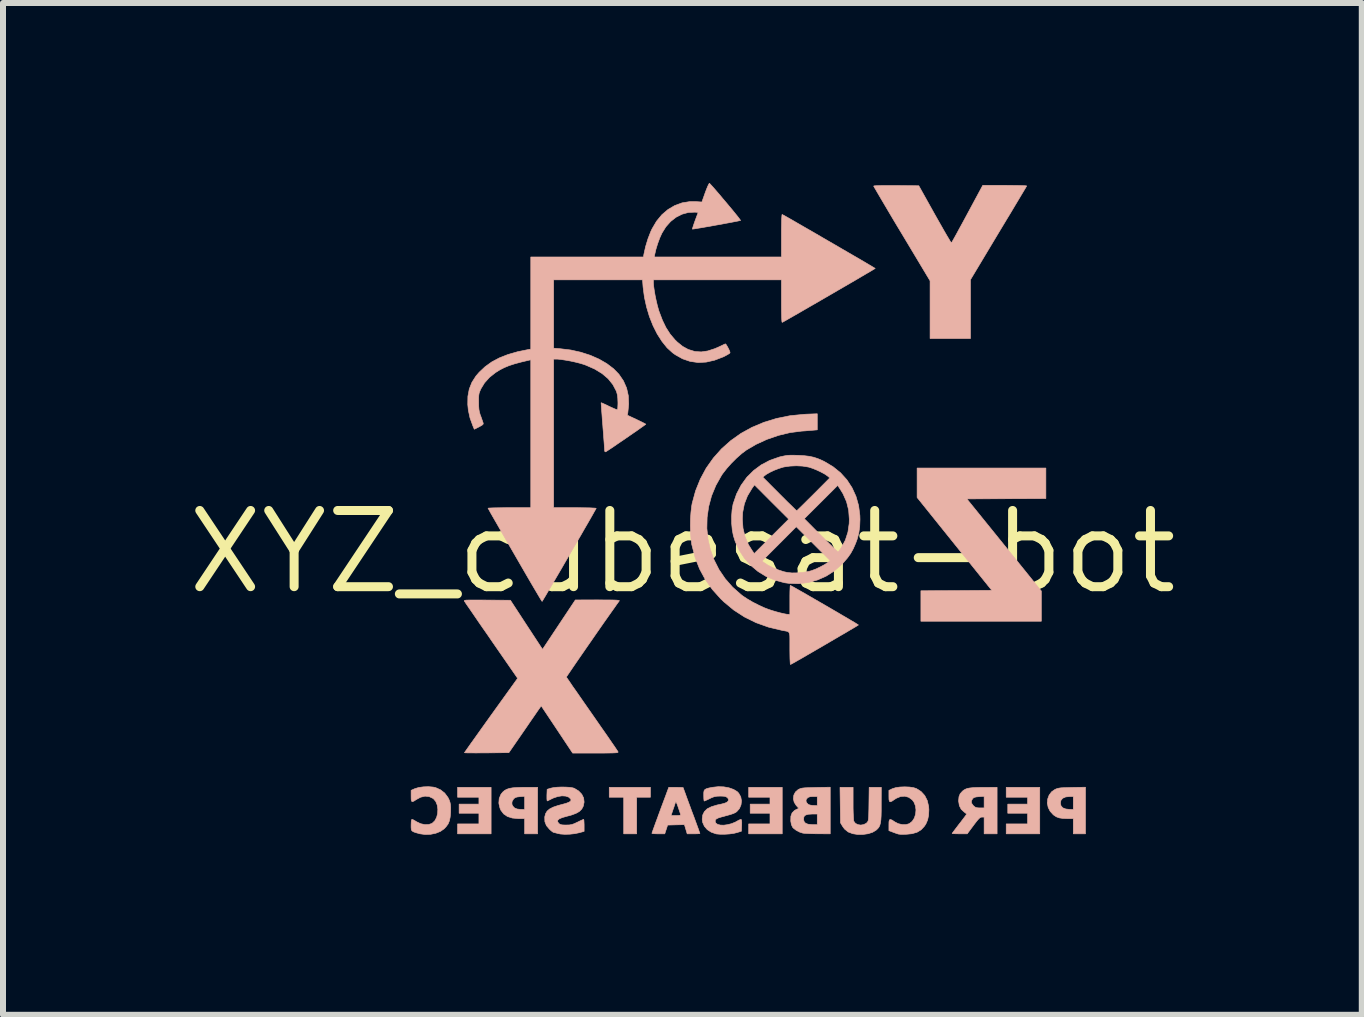
<source format=kicad_pcb>
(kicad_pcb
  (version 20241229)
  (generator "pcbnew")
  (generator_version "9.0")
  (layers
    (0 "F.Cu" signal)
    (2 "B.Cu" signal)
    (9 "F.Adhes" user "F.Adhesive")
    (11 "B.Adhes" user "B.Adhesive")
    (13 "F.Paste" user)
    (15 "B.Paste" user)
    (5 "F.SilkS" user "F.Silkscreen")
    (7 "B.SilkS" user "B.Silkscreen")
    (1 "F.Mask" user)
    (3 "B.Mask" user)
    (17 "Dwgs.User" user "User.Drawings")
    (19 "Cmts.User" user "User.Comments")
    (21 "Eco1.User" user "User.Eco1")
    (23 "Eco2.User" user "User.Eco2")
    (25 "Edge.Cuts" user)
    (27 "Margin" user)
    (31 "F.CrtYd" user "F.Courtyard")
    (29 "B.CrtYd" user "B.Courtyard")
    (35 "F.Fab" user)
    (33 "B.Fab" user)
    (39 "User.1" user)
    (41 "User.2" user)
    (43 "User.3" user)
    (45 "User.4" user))
  (footprint "XYZ_cubesat-bot"
    (layer "F.Cu")
    (at 8.323 6.148)
    (property "Reference" "XYZ_cubesat-bot" (at 0 0 0) (layer "F.SilkS") (effects (font (size 1.27 1.27) (thickness 0.15))))
    (attr through_hole)
    (fp_poly (pts (xy -0.533 4.089) (xy -0.762 4.089) (xy -0.762 4.699) (xy -0.978 4.699) (xy -0.978 4.089) (xy -1.219 4.089) (xy -1.219 3.924) (xy -0.533 3.924) (xy -0.533 4.089)) (stroke (width 0.01) (type solid)) (fill yes) (layer "B.SilkS"))
    (fp_poly (pts (xy -3.188 4.699) (xy -3.747 4.699) (xy -3.747 4.534) (xy -3.391 4.534) (xy -3.391 4.356) (xy -3.721 4.356) (xy -3.721 4.204) (xy -3.391 4.204) (xy -3.391 4.089) (xy -3.747 4.089) (xy -3.747 3.924) (xy -3.188 3.924) (xy -3.188 4.699)) (stroke (width 0.01) (type solid)) (fill yes) (layer "B.SilkS"))
    (fp_poly (pts (xy 1.664 4.699) (xy 1.105 4.699) (xy 1.105 4.534) (xy 1.46 4.534) (xy 1.46 4.356) (xy 1.13 4.356) (xy 1.13 4.204) (xy 1.46 4.204) (xy 1.46 4.089) (xy 1.105 4.089) (xy 1.105 3.924) (xy 1.664 3.924) (xy 1.664 4.699)) (stroke (width 0.01) (type solid)) (fill yes) (layer "B.SilkS"))
    (fp_poly (pts (xy 5.956 4.699) (xy 5.397 4.699) (xy 5.397 4.534) (xy 5.753 4.534) (xy 5.753 4.356) (xy 5.423 4.356) (xy 5.423 4.204) (xy 5.753 4.204) (xy 5.753 4.089) (xy 5.397 4.089) (xy 5.397 3.924) (xy 5.956 3.924) (xy 5.956 4.699)) (stroke (width 0.01) (type solid)) (fill yes) (layer "B.SilkS"))
    (fp_poly (pts (xy 6.058 -0.889) (xy 5.4 -0.886) (xy 4.741 -0.883) (xy 5.362 -0.116) (xy 5.982 0.652) (xy 5.982 1.156) (xy 3.975 1.156) (xy 3.975 0.648) (xy 4.566 0.645) (xy 5.157 0.641) (xy 4.534 -0.133) (xy 3.912 -0.907) (xy 3.912 -1.397) (xy 6.058 -1.397) (xy 6.058 -0.889)) (stroke (width 0.01) (type solid)) (fill yes) (layer "B.SilkS"))
    (fp_poly (pts (xy -2.413 4.699) (xy -2.629 4.699) (xy -2.629 4.445) (xy -2.734 4.445) (xy -2.834 4.436) (xy -2.916 4.41) (xy -2.979 4.367) (xy -3.025 4.306) (xy -3.041 4.268) (xy -3.055 4.207) (xy -2.841 4.207) (xy -2.824 4.24) (xy -2.796 4.269) (xy -2.756 4.285) (xy -2.699 4.292) (xy -2.689 4.292) (xy -2.629 4.293) (xy -2.629 4.074) (xy -2.707 4.079) (xy -2.754 4.085) (xy -2.784 4.094) (xy -2.807 4.111) (xy -2.815 4.12) (xy -2.84 4.164) (xy -2.841 4.207) (xy -3.055 4.207) (xy -3.059 4.186) (xy -3.053 4.11) (xy -3.025 4.042) (xy -2.995 4.004) (xy -2.964 3.977) (xy -2.928 3.957) (xy -2.884 3.942) (xy -2.827 3.932) (xy -2.754 3.927) (xy -2.661 3.924) (xy -2.62 3.924) (xy -2.413 3.924) (xy -2.413 4.699)) (stroke (width 0.01) (type solid)) (fill yes) (layer "B.SilkS"))
    (fp_poly (pts (xy 6.718 4.699) (xy 6.515 4.699) (xy 6.515 4.445) (xy 6.417 4.445) (xy 6.339 4.442) (xy 6.28 4.433) (xy 6.232 4.415) (xy 6.188 4.386) (xy 6.18 4.379) (xy 6.129 4.323) (xy 6.096 4.258) (xy 6.083 4.188) (xy 6.083 4.185) (xy 6.3 4.185) (xy 6.31 4.232) (xy 6.34 4.266) (xy 6.39 4.285) (xy 6.455 4.292) (xy 6.515 4.293) (xy 6.515 4.077) (xy 6.459 4.077) (xy 6.388 4.084) (xy 6.338 4.106) (xy 6.309 4.141) (xy 6.3 4.185) (xy 6.083 4.185) (xy 6.088 4.119) (xy 6.112 4.054) (xy 6.153 3.999) (xy 6.204 3.963) (xy 6.228 3.951) (xy 6.251 3.943) (xy 6.278 3.937) (xy 6.313 3.932) (xy 6.361 3.93) (xy 6.426 3.928) (xy 6.492 3.926) (xy 6.718 3.922) (xy 6.718 4.699)) (stroke (width 0.01) (type solid)) (fill yes) (layer "B.SilkS"))
    (fp_poly (pts (xy 2.845 4.19) (xy 2.845 4.272) (xy 2.847 4.347) (xy 2.85 4.41) (xy 2.853 4.458) (xy 2.856 4.486) (xy 2.857 4.489) (xy 2.883 4.524) (xy 2.923 4.545) (xy 2.972 4.553) (xy 3.021 4.545) (xy 3.065 4.523) (xy 3.075 4.513) (xy 3.085 4.501) (xy 3.093 4.489) (xy 3.098 4.472) (xy 3.102 4.446) (xy 3.105 4.409) (xy 3.106 4.357) (xy 3.108 4.286) (xy 3.109 4.203) (xy 3.113 3.924) (xy 3.315 3.924) (xy 3.314 4.213) (xy 3.314 4.319) (xy 3.312 4.402) (xy 3.308 4.467) (xy 3.301 4.517) (xy 3.291 4.555) (xy 3.277 4.585) (xy 3.258 4.61) (xy 3.233 4.634) (xy 3.227 4.639) (xy 3.17 4.673) (xy 3.096 4.697) (xy 3.012 4.709) (xy 2.924 4.71) (xy 2.84 4.697) (xy 2.763 4.668) (xy 2.703 4.619) (xy 2.67 4.574) (xy 2.635 4.515) (xy 2.631 4.22) (xy 2.627 3.924) (xy 2.845 3.924) (xy 2.845 4.19)) (stroke (width 0.01) (type solid)) (fill yes) (layer "B.SilkS"))
    (fp_poly (pts (xy 3.783 3.919) (xy 3.851 3.929) (xy 3.899 3.944) (xy 3.978 3.994) (xy 4.039 4.061) (xy 4.081 4.144) (xy 4.104 4.241) (xy 4.108 4.299) (xy 4.103 4.392) (xy 4.087 4.468) (xy 4.058 4.535) (xy 4.032 4.574) (xy 3.978 4.632) (xy 3.91 4.673) (xy 3.826 4.697) (xy 3.737 4.706) (xy 3.683 4.707) (xy 3.637 4.707) (xy 3.606 4.704) (xy 3.6 4.703) (xy 3.574 4.695) (xy 3.535 4.681) (xy 3.508 4.671) (xy 3.442 4.646) (xy 3.442 4.552) (xy 3.443 4.498) (xy 3.45 4.468) (xy 3.465 4.459) (xy 3.493 4.469) (xy 3.536 4.497) (xy 3.536 4.498) (xy 3.596 4.529) (xy 3.663 4.545) (xy 3.728 4.545) (xy 3.782 4.529) (xy 3.83 4.491) (xy 3.866 4.436) (xy 3.887 4.37) (xy 3.893 4.3) (xy 3.884 4.232) (xy 3.859 4.17) (xy 3.83 4.132) (xy 3.772 4.09) (xy 3.707 4.072) (xy 3.637 4.077) (xy 3.566 4.106) (xy 3.533 4.127) (xy 3.492 4.155) (xy 3.465 4.165) (xy 3.45 4.156) (xy 3.443 4.125) (xy 3.442 4.071) (xy 3.442 3.974) (xy 3.502 3.946) (xy 3.557 3.929) (xy 3.627 3.919) (xy 3.705 3.916) (xy 3.783 3.919)) (stroke (width 0.01) (type solid)) (fill yes) (layer "B.SilkS"))
    (fp_poly (pts (xy 5.468 -6.108) (xy 5.552 -6.107) (xy 5.625 -6.106) (xy 5.682 -6.104) (xy 5.72 -6.102) (xy 5.738 -6.099) (xy 5.738 -6.099) (xy 5.731 -6.087) (xy 5.712 -6.054) (xy 5.682 -6.004) (xy 5.642 -5.937) (xy 5.593 -5.855) (xy 5.536 -5.76) (xy 5.473 -5.654) (xy 5.403 -5.539) (xy 5.329 -5.416) (xy 5.267 -5.313) (xy 4.801 -4.536) (xy 4.801 -3.556) (xy 4.128 -3.556) (xy 4.128 -4.518) (xy 3.658 -5.302) (xy 3.58 -5.431) (xy 3.507 -5.553) (xy 3.439 -5.668) (xy 3.377 -5.773) (xy 3.322 -5.866) (xy 3.275 -5.946) (xy 3.237 -6.011) (xy 3.209 -6.059) (xy 3.192 -6.088) (xy 3.188 -6.097) (xy 3.2 -6.101) (xy 3.235 -6.103) (xy 3.291 -6.105) (xy 3.365 -6.106) (xy 3.455 -6.106) (xy 3.558 -6.106) (xy 3.564 -6.106) (xy 3.94 -6.102) (xy 4.207 -5.624) (xy 4.264 -5.523) (xy 4.317 -5.43) (xy 4.364 -5.347) (xy 4.406 -5.275) (xy 4.44 -5.218) (xy 4.465 -5.176) (xy 4.48 -5.154) (xy 4.484 -5.15) (xy 4.491 -5.162) (xy 4.51 -5.194) (xy 4.538 -5.244) (xy 4.574 -5.309) (xy 4.616 -5.387) (xy 4.665 -5.476) (xy 4.718 -5.574) (xy 4.749 -5.632) (xy 5.006 -6.109) (xy 5.374 -6.109) (xy 5.468 -6.108)) (stroke (width 0.01) (type solid)) (fill yes) (layer "B.SilkS"))
    (fp_poly (pts (xy -4.152 3.92) (xy -4.11 3.93) (xy -4.03 3.966) (xy -3.96 4.022) (xy -3.907 4.093) (xy -3.885 4.138) (xy -3.872 4.178) (xy -3.865 4.216) (xy -3.862 4.261) (xy -3.863 4.321) (xy -3.863 4.337) (xy -3.87 4.419) (xy -3.883 4.482) (xy -3.905 4.535) (xy -3.94 4.582) (xy -3.971 4.615) (xy -4.032 4.658) (xy -4.109 4.689) (xy -4.196 4.707) (xy -4.288 4.71) (xy -4.377 4.698) (xy -4.394 4.693) (xy -4.451 4.677) (xy -4.487 4.663) (xy -4.509 4.647) (xy -4.518 4.625) (xy -4.521 4.592) (xy -4.521 4.553) (xy -4.519 4.497) (xy -4.514 4.465) (xy -4.506 4.458) (xy -4.488 4.464) (xy -4.457 4.481) (xy -4.428 4.499) (xy -4.363 4.53) (xy -4.294 4.545) (xy -4.229 4.544) (xy -4.173 4.525) (xy -4.169 4.522) (xy -4.126 4.481) (xy -4.096 4.425) (xy -4.079 4.358) (xy -4.076 4.288) (xy -4.086 4.22) (xy -4.11 4.16) (xy -4.148 4.115) (xy -4.156 4.109) (xy -4.221 4.078) (xy -4.29 4.071) (xy -4.364 4.089) (xy -4.434 4.127) (xy -4.474 4.153) (xy -4.5 4.163) (xy -4.514 4.154) (xy -4.52 4.125) (xy -4.521 4.072) (xy -4.521 3.974) (xy -4.461 3.947) (xy -4.396 3.927) (xy -4.316 3.916) (xy -4.232 3.913) (xy -4.152 3.92)) (stroke (width 0.01) (type solid)) (fill yes) (layer "B.SilkS"))
    (fp_poly (pts (xy 5.245 4.699) (xy 5.029 4.699) (xy 5.029 4.42) (xy 4.992 4.42) (xy 4.976 4.422) (xy 4.959 4.431) (xy 4.938 4.45) (xy 4.91 4.482) (xy 4.873 4.53) (xy 4.851 4.559) (xy 4.747 4.699) (xy 4.621 4.699) (xy 4.568 4.698) (xy 4.527 4.697) (xy 4.501 4.694) (xy 4.496 4.693) (xy 4.503 4.681) (xy 4.524 4.653) (xy 4.555 4.612) (xy 4.593 4.562) (xy 4.616 4.532) (xy 4.658 4.478) (xy 4.693 4.432) (xy 4.72 4.396) (xy 4.735 4.374) (xy 4.737 4.37) (xy 4.727 4.359) (xy 4.704 4.341) (xy 4.698 4.337) (xy 4.647 4.29) (xy 4.616 4.23) (xy 4.604 4.155) (xy 4.604 4.151) (xy 4.816 4.151) (xy 4.819 4.187) (xy 4.846 4.226) (xy 4.85 4.23) (xy 4.876 4.252) (xy 4.903 4.263) (xy 4.941 4.267) (xy 4.958 4.267) (xy 5.029 4.267) (xy 5.029 4.074) (xy 4.945 4.079) (xy 4.896 4.084) (xy 4.865 4.092) (xy 4.844 4.106) (xy 4.837 4.114) (xy 4.816 4.151) (xy 4.604 4.151) (xy 4.604 4.144) (xy 4.61 4.08) (xy 4.63 4.03) (xy 4.669 3.987) (xy 4.688 3.972) (xy 4.715 3.956) (xy 4.747 3.943) (xy 4.79 3.935) (xy 4.846 3.929) (xy 4.919 3.926) (xy 5.014 3.925) (xy 5.032 3.925) (xy 5.245 3.924) (xy 5.245 4.699)) (stroke (width 0.01) (type solid)) (fill yes) (layer "B.SilkS"))
    (fp_poly (pts (xy -0.055 3.925) (xy -0.015 3.926) (xy 0.009 3.928) (xy 0.013 3.929) (xy 0.017 3.941) (xy 0.029 3.975) (xy 0.048 4.026) (xy 0.072 4.093) (xy 0.101 4.172) (xy 0.134 4.261) (xy 0.152 4.311) (xy 0.187 4.403) (xy 0.218 4.487) (xy 0.245 4.561) (xy 0.267 4.621) (xy 0.282 4.665) (xy 0.291 4.689) (xy 0.292 4.693) (xy 0.28 4.696) (xy 0.249 4.698) (xy 0.204 4.699) (xy 0.186 4.699) (xy 0.08 4.699) (xy 0.057 4.622) (xy 0.034 4.546) (xy -0.106 4.549) (xy -0.246 4.553) (xy -0.294 4.699) (xy -0.401 4.699) (xy -0.45 4.698) (xy -0.487 4.696) (xy -0.506 4.692) (xy -0.508 4.691) (xy -0.504 4.677) (xy -0.492 4.643) (xy -0.473 4.591) (xy -0.449 4.524) (xy -0.42 4.446) (xy -0.401 4.394) (xy -0.189 4.394) (xy -0.106 4.394) (xy -0.059 4.393) (xy -0.034 4.388) (xy -0.028 4.38) (xy -0.029 4.378) (xy -0.035 4.36) (xy -0.047 4.323) (xy -0.063 4.276) (xy -0.07 4.255) (xy -0.086 4.209) (xy -0.1 4.178) (xy -0.11 4.164) (xy -0.112 4.166) (xy -0.119 4.186) (xy -0.131 4.223) (xy -0.147 4.271) (xy -0.154 4.289) (xy -0.189 4.394) (xy -0.401 4.394) (xy -0.388 4.358) (xy -0.354 4.265) (xy -0.318 4.169) (xy -0.282 4.073) (xy -0.254 3.997) (xy -0.227 3.924) (xy -0.107 3.924) (xy -0.055 3.925)) (stroke (width 0.01) (type solid)) (fill yes) (layer "B.SilkS"))
    (fp_poly (pts (xy 2.464 4.699) (xy 2.257 4.698) (xy 2.184 4.697) (xy 2.116 4.695) (xy 2.059 4.692) (xy 2.02 4.689) (xy 2.006 4.687) (xy 1.951 4.669) (xy 1.895 4.639) (xy 1.85 4.604) (xy 1.836 4.588) (xy 1.817 4.546) (xy 1.806 4.487) (xy 1.806 4.478) (xy 1.807 4.45) (xy 2.019 4.45) (xy 2.027 4.492) (xy 2.05 4.52) (xy 2.092 4.538) (xy 2.156 4.545) (xy 2.175 4.546) (xy 2.248 4.547) (xy 2.248 4.369) (xy 2.162 4.369) (xy 2.097 4.373) (xy 2.053 4.386) (xy 2.028 4.409) (xy 2.019 4.444) (xy 2.019 4.45) (xy 1.807 4.45) (xy 1.808 4.406) (xy 1.828 4.351) (xy 1.867 4.311) (xy 1.893 4.296) (xy 1.94 4.274) (xy 1.897 4.226) (xy 1.863 4.172) (xy 1.854 4.132) (xy 2.061 4.132) (xy 2.062 4.161) (xy 2.077 4.187) (xy 2.096 4.207) (xy 2.125 4.219) (xy 2.17 4.226) (xy 2.2 4.227) (xy 2.248 4.229) (xy 2.248 4.077) (xy 2.178 4.077) (xy 2.13 4.08) (xy 2.099 4.09) (xy 2.083 4.102) (xy 2.061 4.132) (xy 1.854 4.132) (xy 1.85 4.113) (xy 1.857 4.054) (xy 1.884 4.002) (xy 1.929 3.962) (xy 1.935 3.959) (xy 1.956 3.949) (xy 1.978 3.941) (xy 2.005 3.936) (xy 2.043 3.932) (xy 2.094 3.93) (xy 2.164 3.928) (xy 2.226 3.926) (xy 2.464 3.922) (xy 2.464 4.699)) (stroke (width 0.01) (type solid)) (fill yes) (layer "B.SilkS"))
    (fp_poly (pts (xy -1.946 3.92) (xy -1.881 3.924) (xy -1.829 3.932) (xy -1.802 3.94) (xy -1.73 3.984) (xy -1.677 4.039) (xy -1.646 4.102) (xy -1.638 4.17) (xy -1.652 4.238) (xy -1.677 4.285) (xy -1.716 4.325) (xy -1.772 4.357) (xy -1.847 4.385) (xy -1.924 4.406) (xy -1.999 4.427) (xy -2.05 4.448) (xy -2.076 4.471) (xy -2.08 4.495) (xy -2.062 4.523) (xy -2.056 4.529) (xy -2.035 4.542) (xy -2.006 4.55) (xy -1.962 4.552) (xy -1.937 4.552) (xy -1.885 4.551) (xy -1.844 4.544) (xy -1.803 4.53) (xy -1.75 4.505) (xy -1.749 4.505) (xy -1.705 4.483) (xy -1.669 4.467) (xy -1.649 4.458) (xy -1.646 4.458) (xy -1.642 4.469) (xy -1.64 4.5) (xy -1.638 4.545) (xy -1.638 4.558) (xy -1.638 4.658) (xy -1.718 4.68) (xy -1.793 4.696) (xy -1.876 4.705) (xy -1.96 4.707) (xy -2.033 4.702) (xy -2.076 4.693) (xy -2.114 4.683) (xy -2.142 4.676) (xy -2.15 4.674) (xy -2.164 4.666) (xy -2.19 4.645) (xy -2.216 4.621) (xy -2.266 4.562) (xy -2.292 4.496) (xy -2.294 4.422) (xy -2.293 4.412) (xy -2.279 4.361) (xy -2.254 4.32) (xy -2.213 4.285) (xy -2.155 4.255) (xy -2.076 4.228) (xy -2.01 4.21) (xy -1.939 4.191) (xy -1.89 4.172) (xy -1.863 4.154) (xy -1.856 4.134) (xy -1.862 4.118) (xy -1.895 4.087) (xy -1.945 4.07) (xy -2.007 4.066) (xy -2.077 4.077) (xy -2.148 4.101) (xy -2.168 4.11) (xy -2.208 4.13) (xy -2.238 4.145) (xy -2.251 4.151) (xy -2.256 4.141) (xy -2.258 4.112) (xy -2.258 4.069) (xy -2.258 4.056) (xy -2.254 3.957) (xy -2.197 3.939) (xy -2.15 3.929) (xy -2.088 3.922) (xy -2.017 3.919) (xy -1.946 3.92)) (stroke (width 0.01) (type solid)) (fill yes) (layer "B.SilkS"))
    (fp_poly (pts (xy 0.69 3.916) (xy 0.777 3.932) (xy 0.853 3.959) (xy 0.913 3.995) (xy 0.939 4.022) (xy 0.973 4.083) (xy 0.985 4.15) (xy 0.977 4.217) (xy 0.95 4.279) (xy 0.905 4.33) (xy 0.881 4.346) (xy 0.85 4.36) (xy 0.804 4.376) (xy 0.748 4.392) (xy 0.721 4.399) (xy 0.651 4.418) (xy 0.602 4.433) (xy 0.57 4.448) (xy 0.553 4.463) (xy 0.547 4.481) (xy 0.546 4.489) (xy 0.557 4.52) (xy 0.588 4.542) (xy 0.633 4.553) (xy 0.69 4.555) (xy 0.754 4.546) (xy 0.821 4.529) (xy 0.888 4.501) (xy 0.91 4.488) (xy 0.944 4.47) (xy 0.97 4.459) (xy 0.978 4.458) (xy 0.985 4.47) (xy 0.989 4.506) (xy 0.988 4.556) (xy 0.984 4.655) (xy 0.914 4.677) (xy 0.857 4.691) (xy 0.784 4.701) (xy 0.705 4.706) (xy 0.631 4.706) (xy 0.57 4.701) (xy 0.559 4.699) (xy 0.48 4.671) (xy 0.414 4.628) (xy 0.366 4.572) (xy 0.337 4.506) (xy 0.33 4.454) (xy 0.339 4.385) (xy 0.367 4.328) (xy 0.414 4.282) (xy 0.484 4.247) (xy 0.576 4.219) (xy 0.585 4.217) (xy 0.655 4.202) (xy 0.703 4.189) (xy 0.734 4.177) (xy 0.753 4.164) (xy 0.763 4.151) (xy 0.77 4.128) (xy 0.759 4.107) (xy 0.75 4.097) (xy 0.731 4.083) (xy 0.707 4.074) (xy 0.669 4.071) (xy 0.631 4.07) (xy 0.575 4.072) (xy 0.531 4.08) (xy 0.485 4.097) (xy 0.455 4.112) (xy 0.414 4.132) (xy 0.381 4.146) (xy 0.364 4.153) (xy 0.364 4.153) (xy 0.36 4.141) (xy 0.357 4.11) (xy 0.356 4.067) (xy 0.356 4.059) (xy 0.356 4.014) (xy 0.361 3.982) (xy 0.375 3.961) (xy 0.401 3.947) (xy 0.443 3.935) (xy 0.505 3.923) (xy 0.598 3.913) (xy 0.69 3.916)) (stroke (width 0.01) (type solid)) (fill yes) (layer "B.SilkS"))
    (fp_poly (pts (xy -1.301 0.801) (xy -1.214 0.801) (xy -1.148 0.802) (xy -1.1 0.804) (xy -1.07 0.807) (xy -1.054 0.81) (xy -1.05 0.815) (xy -1.051 0.816) (xy -1.071 0.843) (xy -1.102 0.886) (xy -1.143 0.945) (xy -1.193 1.015) (xy -1.25 1.096) (xy -1.313 1.185) (xy -1.379 1.28) (xy -1.448 1.379) (xy -1.517 1.479) (xy -1.586 1.578) (xy -1.653 1.675) (xy -1.716 1.766) (xy -1.774 1.85) (xy -1.825 1.925) (xy -1.868 1.988) (xy -1.902 2.038) (xy -1.924 2.071) (xy -1.933 2.086) (xy -1.933 2.087) (xy -1.925 2.099) (xy -1.904 2.13) (xy -1.871 2.178) (xy -1.828 2.242) (xy -1.774 2.318) (xy -1.713 2.406) (xy -1.645 2.504) (xy -1.571 2.61) (xy -1.504 2.706) (xy -1.427 2.817) (xy -1.354 2.922) (xy -1.286 3.019) (xy -1.225 3.107) (xy -1.173 3.183) (xy -1.13 3.245) (xy -1.098 3.293) (xy -1.078 3.323) (xy -1.072 3.333) (xy -1.072 3.339) (xy -1.078 3.343) (xy -1.094 3.347) (xy -1.122 3.349) (xy -1.164 3.351) (xy -1.223 3.352) (xy -1.301 3.353) (xy -1.401 3.353) (xy -1.446 3.353) (xy -1.829 3.353) (xy -2.091 2.959) (xy -2.353 2.566) (xy -2.395 2.626) (xy -2.413 2.651) (xy -2.443 2.695) (xy -2.483 2.753) (xy -2.531 2.822) (xy -2.584 2.9) (xy -2.641 2.983) (xy -2.664 3.016) (xy -2.892 3.346) (xy -3.262 3.35) (xy -3.356 3.35) (xy -3.441 3.351) (xy -3.514 3.35) (xy -3.573 3.35) (xy -3.613 3.349) (xy -3.631 3.347) (xy -3.632 3.347) (xy -3.625 3.336) (xy -3.604 3.306) (xy -3.571 3.259) (xy -3.527 3.196) (xy -3.473 3.121) (xy -3.411 3.034) (xy -3.342 2.937) (xy -3.267 2.832) (xy -3.189 2.723) (xy -2.746 2.107) (xy -3.183 1.476) (xy -3.261 1.362) (xy -3.336 1.255) (xy -3.405 1.155) (xy -3.467 1.064) (xy -3.521 0.985) (xy -3.566 0.92) (xy -3.601 0.87) (xy -3.623 0.836) (xy -3.633 0.822) (xy -3.635 0.816) (xy -3.633 0.811) (xy -3.623 0.807) (xy -3.604 0.804) (xy -3.571 0.803) (xy -3.524 0.802) (xy -3.459 0.802) (xy -3.375 0.802) (xy -3.267 0.803) (xy -3.256 0.803) (xy -2.866 0.806) (xy -2.599 1.215) (xy -2.331 1.624) (xy -1.784 0.801) (xy -1.411 0.8) (xy -1.301 0.801)) (stroke (width 0.01) (type solid)) (fill yes) (layer "B.SilkS"))
    (fp_poly (pts (xy 2.248 -2.034) (xy 2.169 -2.027) (xy 2.114 -2.023) (xy 2.049 -2.017) (xy 1.988 -2.013) (xy 1.794 -1.988) (xy 1.599 -1.941) (xy 1.408 -1.875) (xy 1.227 -1.792) (xy 1.067 -1.698) (xy 0.987 -1.638) (xy 0.901 -1.562) (xy 0.815 -1.476) (xy 0.737 -1.388) (xy 0.671 -1.303) (xy 0.653 -1.277) (xy 0.558 -1.108) (xy 0.486 -0.934) (xy 0.438 -0.755) (xy 0.412 -0.574) (xy 0.408 -0.392) (xy 0.426 -0.213) (xy 0.467 -0.037) (xy 0.528 0.133) (xy 0.61 0.295) (xy 0.713 0.447) (xy 0.836 0.587) (xy 0.979 0.713) (xy 1.007 0.735) (xy 1.083 0.785) (xy 1.175 0.839) (xy 1.274 0.889) (xy 1.372 0.934) (xy 1.435 0.958) (xy 1.496 0.978) (xy 1.563 0.998) (xy 1.63 1.016) (xy 1.69 1.03) (xy 1.738 1.039) (xy 1.762 1.041) (xy 1.791 1.041) (xy 1.791 0.8) (xy 1.791 0.725) (xy 1.792 0.659) (xy 1.794 0.607) (xy 1.796 0.572) (xy 1.799 0.559) (xy 1.799 0.559) (xy 1.812 0.565) (xy 1.844 0.582) (xy 1.893 0.61) (xy 1.956 0.646) (xy 2.031 0.688) (xy 2.115 0.737) (xy 2.205 0.789) (xy 2.3 0.844) (xy 2.397 0.9) (xy 2.493 0.956) (xy 2.586 1.01) (xy 2.672 1.061) (xy 2.751 1.107) (xy 2.818 1.147) (xy 2.873 1.179) (xy 2.911 1.203) (xy 2.931 1.216) (xy 2.934 1.218) (xy 2.923 1.225) (xy 2.893 1.244) (xy 2.846 1.272) (xy 2.784 1.308) (xy 2.711 1.352) (xy 2.627 1.4) (xy 2.537 1.453) (xy 2.443 1.508) (xy 2.346 1.565) (xy 2.251 1.62) (xy 2.158 1.674) (xy 2.07 1.725) (xy 1.991 1.771) (xy 1.922 1.81) (xy 1.867 1.842) (xy 1.826 1.864) (xy 1.804 1.876) (xy 1.802 1.877) (xy 1.798 1.867) (xy 1.796 1.834) (xy 1.793 1.783) (xy 1.792 1.718) (xy 1.791 1.641) (xy 1.791 1.608) (xy 1.791 1.517) (xy 1.791 1.449) (xy 1.79 1.399) (xy 1.785 1.365) (xy 1.776 1.343) (xy 1.761 1.329) (xy 1.738 1.322) (xy 1.706 1.316) (xy 1.664 1.309) (xy 1.657 1.307) (xy 1.435 1.254) (xy 1.228 1.18) (xy 1.035 1.085) (xy 0.856 0.969) (xy 0.691 0.832) (xy 0.64 0.783) (xy 0.499 0.626) (xy 0.382 0.461) (xy 0.287 0.285) (xy 0.213 0.096) (xy 0.16 -0.108) (xy 0.156 -0.124) (xy 0.144 -0.212) (xy 0.136 -0.318) (xy 0.133 -0.433) (xy 0.135 -0.551) (xy 0.143 -0.664) (xy 0.155 -0.764) (xy 0.163 -0.809) (xy 0.22 -1.018) (xy 0.299 -1.214) (xy 0.397 -1.396) (xy 0.516 -1.564) (xy 0.652 -1.717) (xy 0.806 -1.854) (xy 0.975 -1.974) (xy 1.16 -2.076) (xy 1.36 -2.16) (xy 1.572 -2.225) (xy 1.796 -2.27) (xy 2.031 -2.293) (xy 2.067 -2.295) (xy 2.248 -2.302) (xy 2.248 -2.034)) (stroke (width 0.01) (type solid)) (fill yes) (layer "B.SilkS"))
    (fp_poly (pts (xy 1.93 -1.609) (xy 2.032 -1.603) (xy 2.115 -1.593) (xy 2.189 -1.577) (xy 2.261 -1.553) (xy 2.339 -1.519) (xy 2.369 -1.504) (xy 2.51 -1.42) (xy 2.635 -1.319) (xy 2.741 -1.202) (xy 2.827 -1.07) (xy 2.893 -0.926) (xy 2.937 -0.771) (xy 2.958 -0.607) (xy 2.96 -0.541) (xy 2.955 -0.42) (xy 2.94 -0.313) (xy 2.912 -0.209) (xy 2.887 -0.142) (xy 2.847 -0.051) (xy 2.804 0.027) (xy 2.752 0.1) (xy 2.687 0.175) (xy 2.65 0.214) (xy 2.53 0.319) (xy 2.396 0.404) (xy 2.251 0.468) (xy 2.099 0.511) (xy 1.941 0.53) (xy 1.782 0.525) (xy 1.706 0.515) (xy 1.546 0.473) (xy 1.396 0.41) (xy 1.26 0.326) (xy 1.138 0.224) (xy 1.076 0.153) (xy 1.327 0.153) (xy 1.359 0.178) (xy 1.425 0.221) (xy 1.507 0.263) (xy 1.598 0.3) (xy 1.689 0.33) (xy 1.75 0.343) (xy 1.824 0.351) (xy 1.913 0.35) (xy 2.006 0.342) (xy 2.094 0.328) (xy 2.149 0.314) (xy 2.221 0.287) (xy 2.297 0.251) (xy 2.37 0.212) (xy 2.428 0.174) (xy 2.435 0.168) (xy 2.464 0.146) (xy 2.181 -0.137) (xy 1.898 -0.419) (xy 1.613 -0.133) (xy 1.327 0.153) (xy 1.076 0.153) (xy 1.033 0.105) (xy 0.946 -0.029) (xy 0.879 -0.177) (xy 0.849 -0.273) (xy 0.831 -0.368) (xy 0.821 -0.476) (xy 0.821 -0.546) (xy 0.999 -0.546) (xy 1.01 -0.395) (xy 1.044 -0.253) (xy 1.102 -0.119) (xy 1.157 -0.031) (xy 1.197 0.028) (xy 1.772 -0.546) (xy 1.765 -0.553) (xy 2.032 -0.553) (xy 2.308 -0.276) (xy 2.377 -0.208) (xy 2.44 -0.145) (xy 2.495 -0.092) (xy 2.54 -0.048) (xy 2.573 -0.017) (xy 2.591 -0.002) (xy 2.594 0) (xy 2.605 -0.01) (xy 2.625 -0.036) (xy 2.649 -0.071) (xy 2.716 -0.196) (xy 2.759 -0.329) (xy 2.78 -0.473) (xy 2.782 -0.545) (xy 2.771 -0.695) (xy 2.736 -0.836) (xy 2.677 -0.969) (xy 2.626 -1.052) (xy 2.588 -1.108) (xy 2.31 -0.83) (xy 2.032 -0.553) (xy 1.765 -0.553) (xy 1.486 -0.831) (xy 1.201 -1.117) (xy 1.159 -1.057) (xy 1.084 -0.932) (xy 1.033 -0.801) (xy 1.005 -0.66) (xy 0.999 -0.546) (xy 0.821 -0.546) (xy 0.82 -0.589) (xy 0.828 -0.698) (xy 0.844 -0.793) (xy 0.848 -0.806) (xy 0.903 -0.966) (xy 0.979 -1.112) (xy 1.073 -1.242) (xy 1.077 -1.246) (xy 1.34 -1.246) (xy 1.619 -0.966) (xy 1.688 -0.897) (xy 1.751 -0.834) (xy 1.807 -0.78) (xy 1.852 -0.736) (xy 1.884 -0.704) (xy 1.902 -0.688) (xy 1.905 -0.686) (xy 1.915 -0.694) (xy 1.941 -0.719) (xy 1.98 -0.757) (xy 2.031 -0.807) (xy 2.09 -0.866) (xy 2.157 -0.932) (xy 2.185 -0.96) (xy 2.457 -1.233) (xy 2.419 -1.265) (xy 2.376 -1.295) (xy 2.315 -1.328) (xy 2.246 -1.361) (xy 2.176 -1.39) (xy 2.113 -1.411) (xy 2.095 -1.415) (xy 2.003 -1.43) (xy 1.899 -1.435) (xy 1.793 -1.43) (xy 1.696 -1.416) (xy 1.674 -1.411) (xy 1.605 -1.389) (xy 1.532 -1.361) (xy 1.462 -1.328) (xy 1.403 -1.295) (xy 1.372 -1.272) (xy 1.34 -1.246) (xy 1.077 -1.246) (xy 1.186 -1.355) (xy 1.314 -1.45) (xy 1.458 -1.526) (xy 1.615 -1.581) (xy 1.647 -1.589) (xy 1.7 -1.6) (xy 1.747 -1.608) (xy 1.796 -1.611) (xy 1.856 -1.611) (xy 1.93 -1.609)) (stroke (width 0.01) (type solid)) (fill yes) (layer "B.SilkS"))
    (fp_poly (pts (xy 0.462 -6.132) (xy 0.487 -6.105) (xy 0.523 -6.065) (xy 0.568 -6.013) (xy 0.619 -5.954) (xy 0.673 -5.889) (xy 0.73 -5.822) (xy 0.785 -5.756) (xy 0.838 -5.693) (xy 0.884 -5.636) (xy 0.923 -5.588) (xy 0.951 -5.551) (xy 0.967 -5.529) (xy 0.97 -5.524) (xy 0.956 -5.521) (xy 0.921 -5.513) (xy 0.869 -5.503) (xy 0.802 -5.49) (xy 0.725 -5.476) (xy 0.642 -5.46) (xy 0.555 -5.445) (xy 0.469 -5.429) (xy 0.387 -5.415) (xy 0.313 -5.402) (xy 0.25 -5.392) (xy 0.203 -5.384) (xy 0.174 -5.38) (xy 0.167 -5.38) (xy 0.169 -5.392) (xy 0.179 -5.424) (xy 0.194 -5.47) (xy 0.212 -5.521) (xy 0.263 -5.658) (xy 0.208 -5.662) (xy 0.099 -5.657) (xy -0.006 -5.628) (xy -0.105 -5.578) (xy -0.196 -5.507) (xy -0.276 -5.417) (xy -0.34 -5.314) (xy -0.377 -5.233) (xy -0.412 -5.138) (xy -0.442 -5.04) (xy -0.461 -4.956) (xy -0.469 -4.915) (xy 1.651 -4.915) (xy 1.651 -5.272) (xy 1.651 -5.377) (xy 1.653 -5.466) (xy 1.654 -5.537) (xy 1.657 -5.588) (xy 1.66 -5.618) (xy 1.663 -5.624) (xy 1.677 -5.616) (xy 1.711 -5.598) (xy 1.762 -5.569) (xy 1.829 -5.531) (xy 1.908 -5.485) (xy 1.998 -5.433) (xy 2.097 -5.376) (xy 2.203 -5.315) (xy 2.313 -5.251) (xy 2.426 -5.185) (xy 2.539 -5.12) (xy 2.65 -5.055) (xy 2.757 -4.993) (xy 2.857 -4.935) (xy 2.95 -4.881) (xy 3.032 -4.833) (xy 3.101 -4.792) (xy 3.155 -4.76) (xy 3.193 -4.737) (xy 3.211 -4.726) (xy 3.213 -4.724) (xy 3.202 -4.717) (xy 3.172 -4.699) (xy 3.124 -4.67) (xy 3.06 -4.633) (xy 2.982 -4.587) (xy 2.894 -4.535) (xy 2.796 -4.478) (xy 2.691 -4.417) (xy 2.582 -4.354) (xy 2.469 -4.288) (xy 2.357 -4.223) (xy 2.245 -4.158) (xy 2.137 -4.096) (xy 2.035 -4.037) (xy 1.942 -3.983) (xy 1.858 -3.935) (xy 1.786 -3.894) (xy 1.729 -3.861) (xy 1.688 -3.838) (xy 1.666 -3.826) (xy 1.663 -3.825) (xy 1.659 -3.836) (xy 1.656 -3.871) (xy 1.654 -3.928) (xy 1.652 -4.006) (xy 1.651 -4.103) (xy 1.651 -4.177) (xy 1.651 -4.534) (xy -0.483 -4.534) (xy -0.483 -4.484) (xy -0.479 -4.43) (xy -0.469 -4.359) (xy -0.455 -4.276) (xy -0.437 -4.19) (xy -0.417 -4.105) (xy -0.396 -4.03) (xy -0.388 -4.006) (xy -0.333 -3.861) (xy -0.273 -3.737) (xy -0.204 -3.63) (xy -0.124 -3.535) (xy -0.085 -3.497) (xy 0.004 -3.425) (xy 0.097 -3.374) (xy 0.198 -3.343) (xy 0.217 -3.339) (xy 0.315 -3.333) (xy 0.423 -3.349) (xy 0.54 -3.387) (xy 0.607 -3.416) (xy 0.654 -3.438) (xy 0.691 -3.456) (xy 0.713 -3.466) (xy 0.717 -3.467) (xy 0.728 -3.457) (xy 0.745 -3.43) (xy 0.764 -3.396) (xy 0.781 -3.361) (xy 0.792 -3.332) (xy 0.794 -3.318) (xy 0.781 -3.305) (xy 0.749 -3.286) (xy 0.705 -3.262) (xy 0.683 -3.251) (xy 0.537 -3.195) (xy 0.396 -3.163) (xy 0.261 -3.156) (xy 0.129 -3.175) (xy 0.003 -3.218) (xy -0.118 -3.286) (xy -0.164 -3.319) (xy -0.255 -3.402) (xy -0.34 -3.508) (xy -0.419 -3.631) (xy -0.489 -3.77) (xy -0.549 -3.921) (xy -0.597 -4.081) (xy -0.633 -4.245) (xy -0.655 -4.412) (xy -0.656 -4.423) (xy -0.664 -4.534) (xy -2.146 -4.534) (xy -2.146 -3.395) (xy -2.036 -3.386) (xy -1.862 -3.365) (xy -1.695 -3.328) (xy -1.536 -3.277) (xy -1.39 -3.213) (xy -1.26 -3.138) (xy -1.148 -3.053) (xy -1.059 -2.962) (xy -0.983 -2.851) (xy -0.93 -2.731) (xy -0.901 -2.602) (xy -0.895 -2.463) (xy -0.909 -2.323) (xy -0.917 -2.278) (xy -0.763 -2.206) (xy -0.707 -2.179) (xy -0.66 -2.156) (xy -0.626 -2.138) (xy -0.61 -2.129) (xy -0.61 -2.128) (xy -0.62 -2.12) (xy -0.648 -2.099) (xy -0.691 -2.069) (xy -0.745 -2.03) (xy -0.809 -1.986) (xy -0.879 -1.938) (xy -0.951 -1.888) (xy -1.023 -1.839) (xy -1.092 -1.792) (xy -1.154 -1.749) (xy -1.207 -1.714) (xy -1.248 -1.687) (xy -1.273 -1.671) (xy -1.28 -1.667) (xy -1.292 -1.672) (xy -1.296 -1.691) (xy -1.297 -1.711) (xy -1.3 -1.753) (xy -1.304 -1.813) (xy -1.31 -1.888) (xy -1.316 -1.975) (xy -1.324 -2.07) (xy -1.326 -2.102) (xy -1.334 -2.197) (xy -1.34 -2.284) (xy -1.346 -2.36) (xy -1.35 -2.42) (xy -1.353 -2.463) (xy -1.354 -2.484) (xy -1.353 -2.486) (xy -1.342 -2.482) (xy -1.312 -2.469) (xy -1.268 -2.449) (xy -1.22 -2.425) (xy -1.167 -2.401) (xy -1.124 -2.382) (xy -1.093 -2.371) (xy -1.081 -2.369) (xy -1.078 -2.384) (xy -1.076 -2.418) (xy -1.074 -2.466) (xy -1.074 -2.493) (xy -1.077 -2.562) (xy -1.083 -2.616) (xy -1.096 -2.664) (xy -1.103 -2.683) (xy -1.159 -2.789) (xy -1.237 -2.886) (xy -1.338 -2.972) (xy -1.461 -3.047) (xy -1.606 -3.111) (xy -1.648 -3.126) (xy -1.712 -3.145) (xy -1.788 -3.164) (xy -1.871 -3.182) (xy -1.952 -3.196) (xy -2.025 -3.207) (xy -2.083 -3.213) (xy -2.097 -3.213) (xy -2.146 -3.213) (xy -2.146 -0.737) (xy -1.79 -0.737) (xy -1.698 -0.736) (xy -1.615 -0.735) (xy -1.544 -0.734) (xy -1.489 -0.731) (xy -1.452 -0.729) (xy -1.437 -0.726) (xy -1.437 -0.726) (xy -1.445 -0.71) (xy -1.465 -0.676) (xy -1.494 -0.624) (xy -1.532 -0.557) (xy -1.578 -0.477) (xy -1.631 -0.386) (xy -1.688 -0.286) (xy -1.75 -0.18) (xy -1.814 -0.07) (xy -1.879 0.043) (xy -1.945 0.156) (xy -2.009 0.267) (xy -2.071 0.373) (xy -2.13 0.474) (xy -2.184 0.566) (xy -2.232 0.647) (xy -2.272 0.716) (xy -2.304 0.769) (xy -2.326 0.806) (xy -2.337 0.824) (xy -2.338 0.825) (xy -2.346 0.815) (xy -2.365 0.784) (xy -2.395 0.734) (xy -2.434 0.668) (xy -2.482 0.587) (xy -2.537 0.493) (xy -2.599 0.387) (xy -2.666 0.271) (xy -2.737 0.148) (xy -2.792 0.053) (xy -2.866 -0.075) (xy -2.937 -0.197) (xy -3.002 -0.311) (xy -3.061 -0.415) (xy -3.114 -0.507) (xy -3.159 -0.585) (xy -3.195 -0.648) (xy -3.22 -0.694) (xy -3.235 -0.721) (xy -3.239 -0.728) (xy -3.226 -0.73) (xy -3.192 -0.732) (xy -3.139 -0.734) (xy -3.07 -0.735) (xy -2.988 -0.736) (xy -2.897 -0.737) (xy -2.883 -0.737) (xy -2.527 -0.737) (xy -2.527 -3.201) (xy -2.556 -3.195) (xy -2.686 -3.164) (xy -2.794 -3.135) (xy -2.887 -3.105) (xy -2.967 -3.072) (xy -3.04 -3.035) (xy -3.109 -2.992) (xy -3.11 -2.992) (xy -3.215 -2.909) (xy -3.299 -2.815) (xy -3.358 -2.718) (xy -3.375 -2.679) (xy -3.387 -2.647) (xy -3.393 -2.614) (xy -3.396 -2.572) (xy -3.396 -2.514) (xy -3.396 -2.496) (xy -3.395 -2.427) (xy -3.391 -2.375) (xy -3.383 -2.331) (xy -3.37 -2.286) (xy -3.36 -2.261) (xy -3.343 -2.213) (xy -3.329 -2.172) (xy -3.32 -2.147) (xy -3.319 -2.144) (xy -3.321 -2.129) (xy -3.34 -2.111) (xy -3.379 -2.089) (xy -3.39 -2.083) (xy -3.468 -2.044) (xy -3.492 -2.101) (xy -3.54 -2.233) (xy -3.568 -2.363) (xy -3.577 -2.457) (xy -3.575 -2.592) (xy -3.552 -2.714) (xy -3.508 -2.825) (xy -3.441 -2.93) (xy -3.386 -2.994) (xy -3.288 -3.086) (xy -3.177 -3.166) (xy -3.051 -3.233) (xy -2.909 -3.289) (xy -2.746 -3.336) (xy -2.575 -3.371) (xy -2.527 -3.379) (xy -2.527 -4.915) (xy -0.649 -4.915) (xy -0.641 -4.963) (xy -0.613 -5.089) (xy -0.573 -5.22) (xy -0.525 -5.343) (xy -0.505 -5.385) (xy -0.431 -5.511) (xy -0.342 -5.619) (xy -0.24 -5.706) (xy -0.128 -5.772) (xy -0.006 -5.817) (xy 0.123 -5.838) (xy 0.223 -5.838) (xy 0.325 -5.831) (xy 0.381 -5.989) (xy 0.403 -6.047) (xy 0.423 -6.095) (xy 0.439 -6.128) (xy 0.449 -6.143) (xy 0.451 -6.143) (xy 0.462 -6.132)) (stroke (width 0.01) (type solid)) (fill yes) (layer "B.SilkS")))
  (gr_rect
    (start -3 -3)
    (end 19.646 13.863)
    (stroke (width 0.1) (type default))
    (fill no)
    (layer "Edge.Cuts")))
</source>
